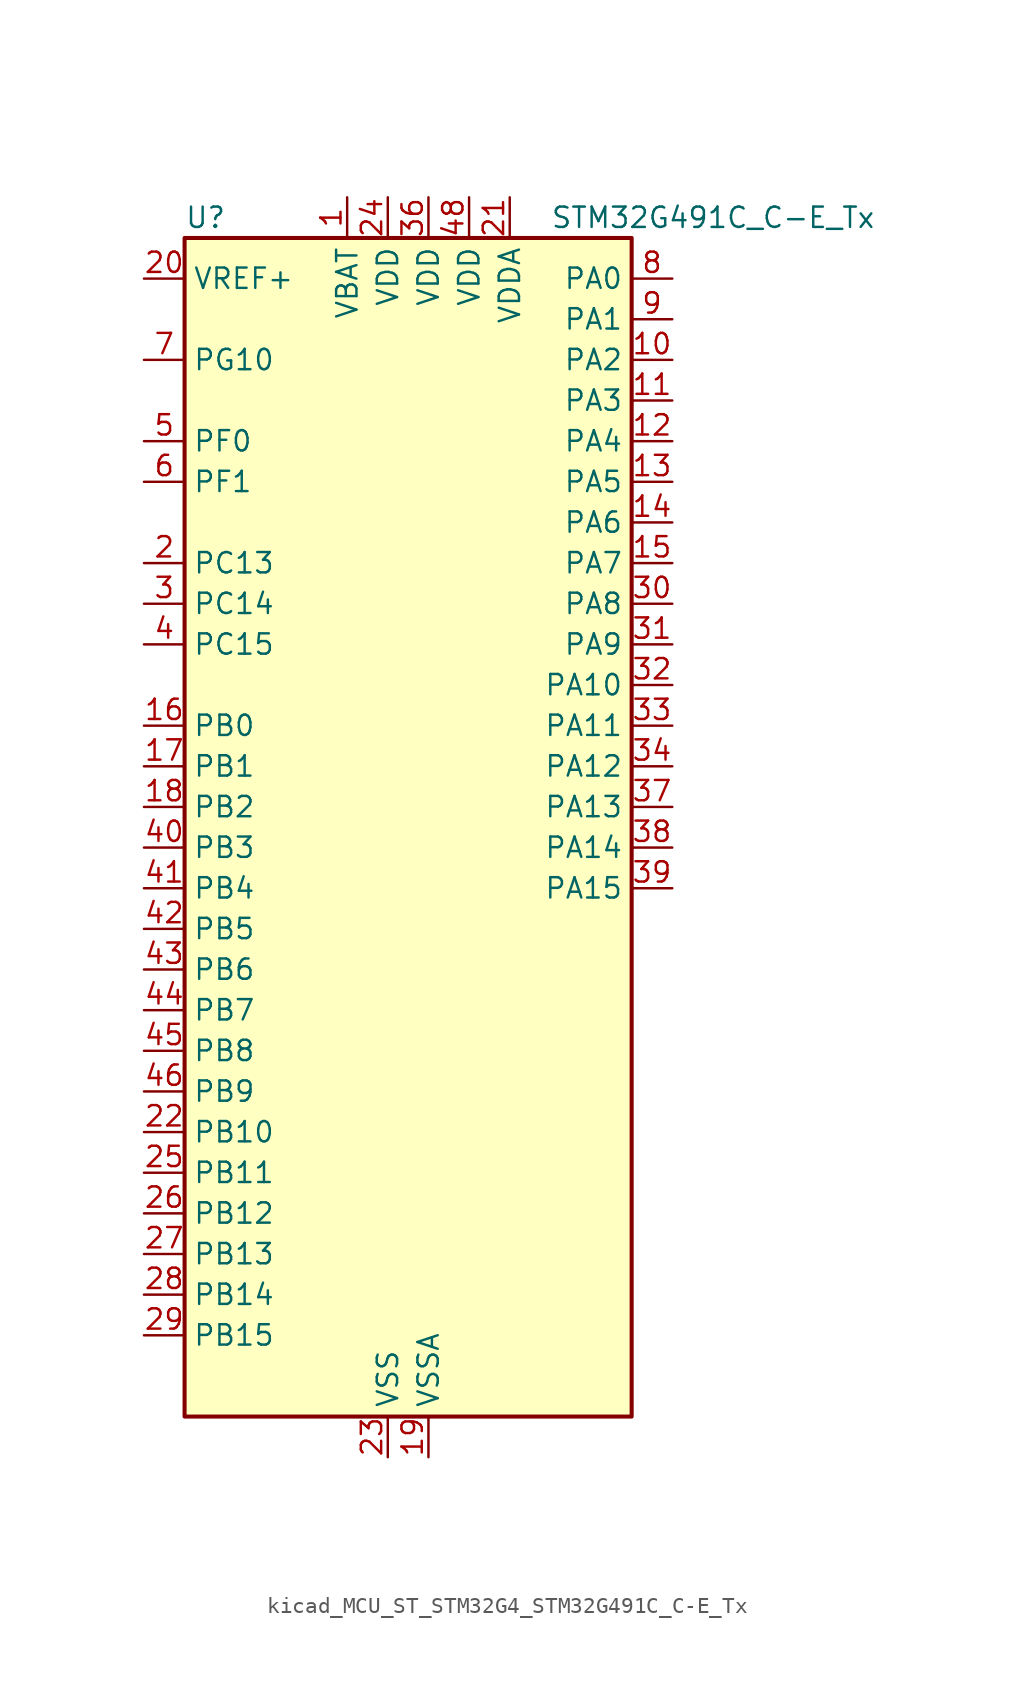
<source format=kicad_sym>
(kicad_symbol_lib
  (version 20220914)
  (generator kicad_symbol_editor)
  (symbol "kicad_MCU_ST_STM32G4_STM32G491C_C-E_Tx"
    (property "Reference" "U"
      (at -12.7 39.37 0)
      (effects (font (size 1.27 1.27)) (justify left)))
    (property "Value" "STM32G491C_C-E_Tx"
      (at 10.16 39.37 0)
      (effects (font (size 1.27 1.27)) (justify left)))
    (property "ki_locked" ""
      (at 0 0 0)
      (effects (font (size 1.27 1.27))))
    (symbol "kicad_MCU_ST_STM32G4_STM32G491C_C-E_Tx_0_1"
      (rectangle (start -12.7 -35.56) (end 15.24 38.1) (stroke (width 0.254) (type default)) (fill (type background))))
    (symbol "kicad_MCU_ST_STM32G4_STM32G491C_C-E_Tx_1_1"
      (pin power_in line (at -2.54 40.64 270) (length 2.54) (name "VBAT" (effects (font (size 1.27 1.27)))) (number "1" (effects (font (size 1.27 1.27)))))
      (pin bidirectional line (at 17.78 30.48 180) (length 2.54) (name "PA2" (effects (font (size 1.27 1.27)))) (number "10" (effects (font (size 1.27 1.27)))) (alternate "ADC1_IN3" bidirectional line) (alternate "ADC3_EXTI2" bidirectional line) (alternate "COMP2_INM" bidirectional line) (alternate "COMP2_OUT" bidirectional line) (alternate "LPUART1_TX" bidirectional line) (alternate "OPAMP1_VOUT" bidirectional line) (alternate "QUADSPI1_BK1_NCS" bidirectional line) (alternate "RCC_LSCO" bidirectional line) (alternate "SYS_WKUP4" bidirectional line) (alternate "TIM15_CH1" bidirectional line) (alternate "TIM2_CH3" bidirectional line) (alternate "UCPD1_FRSTX1" bidirectional line) (alternate "UCPD1_FRSTX2" bidirectional line) (alternate "USART2_TX" bidirectional line))
      (pin bidirectional line (at 17.78 27.94 180) (length 2.54) (name "PA3" (effects (font (size 1.27 1.27)))) (number "11" (effects (font (size 1.27 1.27)))) (alternate "ADC1_IN4" bidirectional line) (alternate "ADC3_EXTI3" bidirectional line) (alternate "COMP2_INP" bidirectional line) (alternate "LPUART1_RX" bidirectional line) (alternate "OPAMP1_VINM" bidirectional line) (alternate "OPAMP1_VINM0" bidirectional line) (alternate "OPAMP1_VINM_SEC" bidirectional line) (alternate "OPAMP1_VINP" bidirectional line) (alternate "OPAMP1_VINP_SEC" bidirectional line) (alternate "QUADSPI1_CLK" bidirectional line) (alternate "SAI1_CK1" bidirectional line) (alternate "SAI1_MCLK_A" bidirectional line) (alternate "TIM15_CH2" bidirectional line) (alternate "TIM2_CH4" bidirectional line) (alternate "USART2_RX" bidirectional line))
      (pin bidirectional line (at 17.78 25.4 180) (length 2.54) (name "PA4" (effects (font (size 1.27 1.27)))) (number "12" (effects (font (size 1.27 1.27)))) (alternate "ADC2_IN17" bidirectional line) (alternate "COMP1_INM" bidirectional line) (alternate "DAC1_OUT1" bidirectional line) (alternate "I2S3_WS" bidirectional line) (alternate "SAI1_FS_B" bidirectional line) (alternate "SPI1_NSS" bidirectional line) (alternate "SPI3_NSS" bidirectional line) (alternate "TIM3_CH2" bidirectional line) (alternate "USART2_CK" bidirectional line))
      (pin bidirectional line (at 17.78 22.86 180) (length 2.54) (name "PA5" (effects (font (size 1.27 1.27)))) (number "13" (effects (font (size 1.27 1.27)))) (alternate "ADC2_IN13" bidirectional line) (alternate "COMP2_INM" bidirectional line) (alternate "DAC1_OUT2" bidirectional line) (alternate "OPAMP2_VINM" bidirectional line) (alternate "OPAMP2_VINM0" bidirectional line) (alternate "OPAMP2_VINM_SEC" bidirectional line) (alternate "SPI1_SCK" bidirectional line) (alternate "TIM2_CH1" bidirectional line) (alternate "TIM2_ETR" bidirectional line) (alternate "UCPD1_FRSTX1" bidirectional line) (alternate "UCPD1_FRSTX2" bidirectional line))
      (pin bidirectional line (at 17.78 20.32 180) (length 2.54) (name "PA6" (effects (font (size 1.27 1.27)))) (number "14" (effects (font (size 1.27 1.27)))) (alternate "ADC2_IN3" bidirectional line) (alternate "COMP1_OUT" bidirectional line) (alternate "LPUART1_CTS" bidirectional line) (alternate "OPAMP2_VOUT" bidirectional line) (alternate "QUADSPI1_BK1_IO3" bidirectional line) (alternate "SPI1_MISO" bidirectional line) (alternate "TIM16_CH1" bidirectional line) (alternate "TIM1_BKIN" bidirectional line) (alternate "TIM3_CH1" bidirectional line) (alternate "TIM8_BKIN" bidirectional line))
      (pin bidirectional line (at 17.78 17.78 180) (length 2.54) (name "PA7" (effects (font (size 1.27 1.27)))) (number "15" (effects (font (size 1.27 1.27)))) (alternate "ADC2_IN4" bidirectional line) (alternate "COMP2_INP" bidirectional line) (alternate "COMP2_OUT" bidirectional line) (alternate "OPAMP1_VINP" bidirectional line) (alternate "OPAMP1_VINP_SEC" bidirectional line) (alternate "OPAMP2_VINP" bidirectional line) (alternate "OPAMP2_VINP_SEC" bidirectional line) (alternate "QUADSPI1_BK1_IO2" bidirectional line) (alternate "SPI1_MOSI" bidirectional line) (alternate "TIM17_CH1" bidirectional line) (alternate "TIM1_CH1N" bidirectional line) (alternate "TIM3_CH2" bidirectional line) (alternate "TIM8_CH1N" bidirectional line) (alternate "UCPD1_FRSTX1" bidirectional line) (alternate "UCPD1_FRSTX2" bidirectional line))
      (pin bidirectional line (at -15.24 7.62 0) (length 2.54) (name "PB0" (effects (font (size 1.27 1.27)))) (number "16" (effects (font (size 1.27 1.27)))) (alternate "ADC1_IN15" bidirectional line) (alternate "ADC3_IN12" bidirectional line) (alternate "COMP4_INP" bidirectional line) (alternate "OPAMP2_VINP" bidirectional line) (alternate "OPAMP2_VINP_SEC" bidirectional line) (alternate "OPAMP3_VINP" bidirectional line) (alternate "OPAMP3_VINP_SEC" bidirectional line) (alternate "QUADSPI1_BK1_IO1" bidirectional line) (alternate "TIM1_CH2N" bidirectional line) (alternate "TIM3_CH3" bidirectional line) (alternate "TIM8_CH2N" bidirectional line) (alternate "UCPD1_FRSTX1" bidirectional line) (alternate "UCPD1_FRSTX2" bidirectional line))
      (pin bidirectional line (at -15.24 5.08 0) (length 2.54) (name "PB1" (effects (font (size 1.27 1.27)))) (number "17" (effects (font (size 1.27 1.27)))) (alternate "ADC1_IN12" bidirectional line) (alternate "ADC3_IN1" bidirectional line) (alternate "COMP1_INP" bidirectional line) (alternate "COMP4_OUT" bidirectional line) (alternate "LPUART1_DE" bidirectional line) (alternate "LPUART1_RTS" bidirectional line) (alternate "OPAMP3_VOUT" bidirectional line) (alternate "OPAMP6_VINM" bidirectional line) (alternate "OPAMP6_VINM1" bidirectional line) (alternate "OPAMP6_VINM_SEC" bidirectional line) (alternate "QUADSPI1_BK1_IO0" bidirectional line) (alternate "TIM1_CH3N" bidirectional line) (alternate "TIM3_CH4" bidirectional line) (alternate "TIM8_CH3N" bidirectional line))
      (pin bidirectional line (at -15.24 2.54 0) (length 2.54) (name "PB2" (effects (font (size 1.27 1.27)))) (number "18" (effects (font (size 1.27 1.27)))) (alternate "ADC2_IN12" bidirectional line) (alternate "ADC3_EXTI2" bidirectional line) (alternate "COMP4_INM" bidirectional line) (alternate "I2C3_SMBA" bidirectional line) (alternate "LPTIM1_OUT" bidirectional line) (alternate "OPAMP3_VINM" bidirectional line) (alternate "OPAMP3_VINM0" bidirectional line) (alternate "OPAMP3_VINM_SEC" bidirectional line) (alternate "QUADSPI1_BK2_IO1" bidirectional line) (alternate "RTC_OUT2" bidirectional line) (alternate "TIM20_CH1" bidirectional line))
      (pin power_in line (at 2.54 -38.1 90) (length 2.54) (name "VSSA" (effects (font (size 1.27 1.27)))) (number "19" (effects (font (size 1.27 1.27)))))
      (pin bidirectional line (at -15.24 17.78 0) (length 2.54) (name "PC13" (effects (font (size 1.27 1.27)))) (number "2" (effects (font (size 1.27 1.27)))) (alternate "RTC_OUT1" bidirectional line) (alternate "RTC_TAMP1" bidirectional line) (alternate "RTC_TS" bidirectional line) (alternate "SYS_WKUP2" bidirectional line) (alternate "TIM1_BKIN" bidirectional line) (alternate "TIM1_CH1N" bidirectional line) (alternate "TIM8_CH4N" bidirectional line))
      (pin input line (at -15.24 35.56 0) (length 2.54) (name "VREF+" (effects (font (size 1.27 1.27)))) (number "20" (effects (font (size 1.27 1.27)))) (alternate "VREFBUF_OUT" bidirectional line))
      (pin power_in line (at 7.62 40.64 270) (length 2.54) (name "VDDA" (effects (font (size 1.27 1.27)))) (number "21" (effects (font (size 1.27 1.27)))))
      (pin bidirectional line (at -15.24 -17.78 0) (length 2.54) (name "PB10" (effects (font (size 1.27 1.27)))) (number "22" (effects (font (size 1.27 1.27)))) (alternate "DAC1_EXTI10" bidirectional line) (alternate "DAC3_EXTI10" bidirectional line) (alternate "LPUART1_RX" bidirectional line) (alternate "OPAMP3_VINM" bidirectional line) (alternate "OPAMP3_VINM1" bidirectional line) (alternate "OPAMP3_VINM_SEC" bidirectional line) (alternate "QUADSPI1_CLK" bidirectional line) (alternate "SAI1_SCK_A" bidirectional line) (alternate "TIM1_BKIN" bidirectional line) (alternate "TIM2_CH3" bidirectional line) (alternate "USART3_TX" bidirectional line))
      (pin power_in line (at 0 -38.1 90) (length 2.54) (name "VSS" (effects (font (size 1.27 1.27)))) (number "23" (effects (font (size 1.27 1.27)))))
      (pin power_in line (at 0 40.64 270) (length 2.54) (name "VDD" (effects (font (size 1.27 1.27)))) (number "24" (effects (font (size 1.27 1.27)))))
      (pin bidirectional line (at -15.24 -20.32 0) (length 2.54) (name "PB11" (effects (font (size 1.27 1.27)))) (number "25" (effects (font (size 1.27 1.27)))) (alternate "ADC1_EXTI11" bidirectional line) (alternate "ADC1_IN14" bidirectional line) (alternate "ADC2_EXTI11" bidirectional line) (alternate "ADC2_IN14" bidirectional line) (alternate "LPUART1_TX" bidirectional line) (alternate "OPAMP6_VOUT" bidirectional line) (alternate "QUADSPI1_BK1_NCS" bidirectional line) (alternate "TIM2_CH4" bidirectional line) (alternate "USART3_RX" bidirectional line))
      (pin bidirectional line (at -15.24 -22.86 0) (length 2.54) (name "PB12" (effects (font (size 1.27 1.27)))) (number "26" (effects (font (size 1.27 1.27)))) (alternate "ADC1_IN11" bidirectional line) (alternate "FDCAN2_RX" bidirectional line) (alternate "I2C2_SMBA" bidirectional line) (alternate "I2S2_WS" bidirectional line) (alternate "LPUART1_DE" bidirectional line) (alternate "LPUART1_RTS" bidirectional line) (alternate "OPAMP6_VINP" bidirectional line) (alternate "OPAMP6_VINP_SEC" bidirectional line) (alternate "SPI2_NSS" bidirectional line) (alternate "TIM1_BKIN" bidirectional line) (alternate "USART3_CK" bidirectional line))
      (pin bidirectional line (at -15.24 -25.4 0) (length 2.54) (name "PB13" (effects (font (size 1.27 1.27)))) (number "27" (effects (font (size 1.27 1.27)))) (alternate "ADC3_IN5" bidirectional line) (alternate "FDCAN2_TX" bidirectional line) (alternate "I2S2_CK" bidirectional line) (alternate "LPUART1_CTS" bidirectional line) (alternate "OPAMP3_VINP" bidirectional line) (alternate "OPAMP3_VINP_SEC" bidirectional line) (alternate "OPAMP6_VINP" bidirectional line) (alternate "OPAMP6_VINP_SEC" bidirectional line) (alternate "SPI2_SCK" bidirectional line) (alternate "TIM1_CH1N" bidirectional line) (alternate "USART3_CTS" bidirectional line) (alternate "USART3_NSS" bidirectional line))
      (pin bidirectional line (at -15.24 -27.94 0) (length 2.54) (name "PB14" (effects (font (size 1.27 1.27)))) (number "28" (effects (font (size 1.27 1.27)))) (alternate "ADC1_IN5" bidirectional line) (alternate "COMP4_OUT" bidirectional line) (alternate "OPAMP2_VINP" bidirectional line) (alternate "OPAMP2_VINP_SEC" bidirectional line) (alternate "SPI2_MISO" bidirectional line) (alternate "TIM15_CH1" bidirectional line) (alternate "TIM1_CH2N" bidirectional line) (alternate "USART3_DE" bidirectional line) (alternate "USART3_RTS" bidirectional line))
      (pin bidirectional line (at -15.24 -30.48 0) (length 2.54) (name "PB15" (effects (font (size 1.27 1.27)))) (number "29" (effects (font (size 1.27 1.27)))) (alternate "ADC1_EXTI15" bidirectional line) (alternate "ADC2_EXTI15" bidirectional line) (alternate "ADC2_IN15" bidirectional line) (alternate "COMP3_OUT" bidirectional line) (alternate "I2S2_SD" bidirectional line) (alternate "RTC_REFIN" bidirectional line) (alternate "SPI2_MOSI" bidirectional line) (alternate "TIM15_CH1N" bidirectional line) (alternate "TIM15_CH2" bidirectional line) (alternate "TIM1_CH3N" bidirectional line))
      (pin bidirectional line (at -15.24 15.24 0) (length 2.54) (name "PC14" (effects (font (size 1.27 1.27)))) (number "3" (effects (font (size 1.27 1.27)))) (alternate "RCC_OSC32_IN" bidirectional line))
      (pin bidirectional line (at 17.78 15.24 180) (length 2.54) (name "PA8" (effects (font (size 1.27 1.27)))) (number "30" (effects (font (size 1.27 1.27)))) (alternate "I2C2_SDA" bidirectional line) (alternate "I2C3_SCL" bidirectional line) (alternate "I2S2_MCK" bidirectional line) (alternate "RCC_MCO" bidirectional line) (alternate "SAI1_CK2" bidirectional line) (alternate "SAI1_SCK_A" bidirectional line) (alternate "TIM1_CH1" bidirectional line) (alternate "TIM4_ETR" bidirectional line) (alternate "USART1_CK" bidirectional line))
      (pin bidirectional line (at 17.78 12.7 180) (length 2.54) (name "PA9" (effects (font (size 1.27 1.27)))) (number "31" (effects (font (size 1.27 1.27)))) (alternate "DAC1_EXTI9" bidirectional line) (alternate "DAC3_EXTI9" bidirectional line) (alternate "I2C2_SCL" bidirectional line) (alternate "I2C3_SMBA" bidirectional line) (alternate "I2S3_MCK" bidirectional line) (alternate "SAI1_FS_A" bidirectional line) (alternate "TIM15_BKIN" bidirectional line) (alternate "TIM1_CH2" bidirectional line) (alternate "TIM2_CH3" bidirectional line) (alternate "UCPD1_DBCC1" bidirectional line) (alternate "USART1_TX" bidirectional line))
      (pin bidirectional line (at 17.78 10.16 180) (length 2.54) (name "PA10" (effects (font (size 1.27 1.27)))) (number "32" (effects (font (size 1.27 1.27)))) (alternate "CRS_SYNC" bidirectional line) (alternate "DAC1_EXTI10" bidirectional line) (alternate "DAC3_EXTI10" bidirectional line) (alternate "I2C2_SMBA" bidirectional line) (alternate "SAI1_D1" bidirectional line) (alternate "SAI1_SD_A" bidirectional line) (alternate "SPI2_MISO" bidirectional line) (alternate "TIM17_BKIN" bidirectional line) (alternate "TIM1_CH3" bidirectional line) (alternate "TIM2_CH4" bidirectional line) (alternate "TIM8_BKIN" bidirectional line) (alternate "UCPD1_DBCC2" bidirectional line) (alternate "USART1_RX" bidirectional line))
      (pin bidirectional line (at 17.78 7.62 180) (length 2.54) (name "PA11" (effects (font (size 1.27 1.27)))) (number "33" (effects (font (size 1.27 1.27)))) (alternate "ADC1_EXTI11" bidirectional line) (alternate "ADC2_EXTI11" bidirectional line) (alternate "COMP1_OUT" bidirectional line) (alternate "FDCAN1_RX" bidirectional line) (alternate "I2S2_SD" bidirectional line) (alternate "SPI2_MOSI" bidirectional line) (alternate "TIM1_BKIN2" bidirectional line) (alternate "TIM1_CH1N" bidirectional line) (alternate "TIM1_CH4" bidirectional line) (alternate "TIM4_CH1" bidirectional line) (alternate "USART1_CTS" bidirectional line) (alternate "USART1_NSS" bidirectional line) (alternate "USB_DM" bidirectional line))
      (pin bidirectional line (at 17.78 5.08 180) (length 2.54) (name "PA12" (effects (font (size 1.27 1.27)))) (number "34" (effects (font (size 1.27 1.27)))) (alternate "COMP2_OUT" bidirectional line) (alternate "FDCAN1_TX" bidirectional line) (alternate "I2S_CKIN" bidirectional line) (alternate "TIM16_CH1" bidirectional line) (alternate "TIM1_CH2N" bidirectional line) (alternate "TIM1_ETR" bidirectional line) (alternate "TIM4_CH2" bidirectional line) (alternate "USART1_DE" bidirectional line) (alternate "USART1_RTS" bidirectional line) (alternate "USB_DP" bidirectional line))
      (pin passive line (at 0 -38.1 90) (length 2.54) hide (name "VSS" (effects (font (size 1.27 1.27)))) (number "35" (effects (font (size 1.27 1.27)))))
      (pin power_in line (at 2.54 40.64 270) (length 2.54) (name "VDD" (effects (font (size 1.27 1.27)))) (number "36" (effects (font (size 1.27 1.27)))))
      (pin bidirectional line (at 17.78 2.54 180) (length 2.54) (name "PA13" (effects (font (size 1.27 1.27)))) (number "37" (effects (font (size 1.27 1.27)))) (alternate "I2C1_SCL" bidirectional line) (alternate "IR_OUT" bidirectional line) (alternate "SAI1_SD_B" bidirectional line) (alternate "SYS_JTMS-SWDIO" bidirectional line) (alternate "TIM16_CH1N" bidirectional line) (alternate "TIM4_CH3" bidirectional line) (alternate "USART3_CTS" bidirectional line) (alternate "USART3_NSS" bidirectional line))
      (pin bidirectional line (at 17.78 0 180) (length 2.54) (name "PA14" (effects (font (size 1.27 1.27)))) (number "38" (effects (font (size 1.27 1.27)))) (alternate "I2C1_SDA" bidirectional line) (alternate "LPTIM1_OUT" bidirectional line) (alternate "SAI1_FS_B" bidirectional line) (alternate "SYS_JTCK-SWCLK" bidirectional line) (alternate "TIM1_BKIN" bidirectional line) (alternate "TIM8_CH2" bidirectional line) (alternate "USART2_TX" bidirectional line))
      (pin bidirectional line (at 17.78 -2.54 180) (length 2.54) (name "PA15" (effects (font (size 1.27 1.27)))) (number "39" (effects (font (size 1.27 1.27)))) (alternate "ADC1_EXTI15" bidirectional line) (alternate "ADC2_EXTI15" bidirectional line) (alternate "I2C1_SCL" bidirectional line) (alternate "I2S3_WS" bidirectional line) (alternate "SPI1_NSS" bidirectional line) (alternate "SPI3_NSS" bidirectional line) (alternate "SYS_JTDI" bidirectional line) (alternate "TIM1_BKIN" bidirectional line) (alternate "TIM20_ETR" bidirectional line) (alternate "TIM2_CH1" bidirectional line) (alternate "TIM2_ETR" bidirectional line) (alternate "TIM8_CH1" bidirectional line) (alternate "USART2_RX" bidirectional line))
      (pin bidirectional line (at -15.24 12.7 0) (length 2.54) (name "PC15" (effects (font (size 1.27 1.27)))) (number "4" (effects (font (size 1.27 1.27)))) (alternate "ADC1_EXTI15" bidirectional line) (alternate "ADC2_EXTI15" bidirectional line) (alternate "RCC_OSC32_OUT" bidirectional line))
      (pin bidirectional line (at -15.24 0 0) (length 2.54) (name "PB3" (effects (font (size 1.27 1.27)))) (number "40" (effects (font (size 1.27 1.27)))) (alternate "ADC3_EXTI3" bidirectional line) (alternate "CRS_SYNC" bidirectional line) (alternate "I2S3_CK" bidirectional line) (alternate "SAI1_SCK_B" bidirectional line) (alternate "SPI1_SCK" bidirectional line) (alternate "SPI3_SCK" bidirectional line) (alternate "SYS_JTDO-SWO" bidirectional line) (alternate "TIM2_CH2" bidirectional line) (alternate "TIM3_ETR" bidirectional line) (alternate "TIM4_ETR" bidirectional line) (alternate "TIM8_CH1N" bidirectional line) (alternate "USART2_TX" bidirectional line))
      (pin bidirectional line (at -15.24 -2.54 0) (length 2.54) (name "PB4" (effects (font (size 1.27 1.27)))) (number "41" (effects (font (size 1.27 1.27)))) (alternate "SAI1_MCLK_B" bidirectional line) (alternate "SPI1_MISO" bidirectional line) (alternate "SPI3_MISO" bidirectional line) (alternate "SYS_JTRST" bidirectional line) (alternate "TIM16_CH1" bidirectional line) (alternate "TIM17_BKIN" bidirectional line) (alternate "TIM3_CH1" bidirectional line) (alternate "TIM8_CH2N" bidirectional line) (alternate "UCPD1_CC2" bidirectional line) (alternate "USART2_RX" bidirectional line))
      (pin bidirectional line (at -15.24 -5.08 0) (length 2.54) (name "PB5" (effects (font (size 1.27 1.27)))) (number "42" (effects (font (size 1.27 1.27)))) (alternate "FDCAN2_RX" bidirectional line) (alternate "I2C1_SMBA" bidirectional line) (alternate "I2C3_SDA" bidirectional line) (alternate "I2S3_SD" bidirectional line) (alternate "LPTIM1_IN1" bidirectional line) (alternate "SAI1_SD_B" bidirectional line) (alternate "SPI1_MOSI" bidirectional line) (alternate "SPI3_MOSI" bidirectional line) (alternate "TIM16_BKIN" bidirectional line) (alternate "TIM17_CH1" bidirectional line) (alternate "TIM3_CH2" bidirectional line) (alternate "TIM8_CH3N" bidirectional line) (alternate "USART2_CK" bidirectional line))
      (pin bidirectional line (at -15.24 -7.62 0) (length 2.54) (name "PB6" (effects (font (size 1.27 1.27)))) (number "43" (effects (font (size 1.27 1.27)))) (alternate "COMP4_OUT" bidirectional line) (alternate "FDCAN2_TX" bidirectional line) (alternate "LPTIM1_ETR" bidirectional line) (alternate "SAI1_FS_B" bidirectional line) (alternate "TIM16_CH1N" bidirectional line) (alternate "TIM4_CH1" bidirectional line) (alternate "TIM8_BKIN2" bidirectional line) (alternate "TIM8_CH1" bidirectional line) (alternate "TIM8_ETR" bidirectional line) (alternate "UCPD1_CC1" bidirectional line) (alternate "USART1_TX" bidirectional line))
      (pin bidirectional line (at -15.24 -10.16 0) (length 2.54) (name "PB7" (effects (font (size 1.27 1.27)))) (number "44" (effects (font (size 1.27 1.27)))) (alternate "COMP3_OUT" bidirectional line) (alternate "I2C1_SDA" bidirectional line) (alternate "LPTIM1_IN2" bidirectional line) (alternate "SYS_PVD_IN" bidirectional line) (alternate "TIM17_CH1N" bidirectional line) (alternate "TIM3_CH4" bidirectional line) (alternate "TIM4_CH2" bidirectional line) (alternate "TIM8_BKIN" bidirectional line) (alternate "USART1_RX" bidirectional line))
      (pin bidirectional line (at -15.24 -12.7 0) (length 2.54) (name "PB8" (effects (font (size 1.27 1.27)))) (number "45" (effects (font (size 1.27 1.27)))) (alternate "COMP1_OUT" bidirectional line) (alternate "FDCAN1_RX" bidirectional line) (alternate "I2C1_SCL" bidirectional line) (alternate "SAI1_CK1" bidirectional line) (alternate "SAI1_MCLK_A" bidirectional line) (alternate "TIM16_CH1" bidirectional line) (alternate "TIM1_BKIN" bidirectional line) (alternate "TIM4_CH3" bidirectional line) (alternate "TIM8_CH2" bidirectional line) (alternate "USART3_RX" bidirectional line))
      (pin bidirectional line (at -15.24 -15.24 0) (length 2.54) (name "PB9" (effects (font (size 1.27 1.27)))) (number "46" (effects (font (size 1.27 1.27)))) (alternate "COMP2_OUT" bidirectional line) (alternate "DAC1_EXTI9" bidirectional line) (alternate "DAC3_EXTI9" bidirectional line) (alternate "FDCAN1_TX" bidirectional line) (alternate "I2C1_SDA" bidirectional line) (alternate "IR_OUT" bidirectional line) (alternate "SAI1_D2" bidirectional line) (alternate "SAI1_FS_A" bidirectional line) (alternate "TIM17_CH1" bidirectional line) (alternate "TIM1_CH3N" bidirectional line) (alternate "TIM4_CH4" bidirectional line) (alternate "TIM8_CH3" bidirectional line) (alternate "USART3_TX" bidirectional line))
      (pin passive line (at 0 -38.1 90) (length 2.54) hide (name "VSS" (effects (font (size 1.27 1.27)))) (number "47" (effects (font (size 1.27 1.27)))))
      (pin power_in line (at 5.08 40.64 270) (length 2.54) (name "VDD" (effects (font (size 1.27 1.27)))) (number "48" (effects (font (size 1.27 1.27)))))
      (pin bidirectional line (at -15.24 25.4 0) (length 2.54) (name "PF0" (effects (font (size 1.27 1.27)))) (number "5" (effects (font (size 1.27 1.27)))) (alternate "ADC1_IN10" bidirectional line) (alternate "I2C2_SDA" bidirectional line) (alternate "I2S2_WS" bidirectional line) (alternate "RCC_OSC_IN" bidirectional line) (alternate "SPI2_NSS" bidirectional line) (alternate "TIM1_CH3N" bidirectional line))
      (pin bidirectional line (at -15.24 22.86 0) (length 2.54) (name "PF1" (effects (font (size 1.27 1.27)))) (number "6" (effects (font (size 1.27 1.27)))) (alternate "ADC2_IN10" bidirectional line) (alternate "COMP3_INM" bidirectional line) (alternate "I2S2_CK" bidirectional line) (alternate "RCC_OSC_OUT" bidirectional line) (alternate "SPI2_SCK" bidirectional line))
      (pin bidirectional line (at -15.24 30.48 0) (length 2.54) (name "PG10" (effects (font (size 1.27 1.27)))) (number "7" (effects (font (size 1.27 1.27)))) (alternate "DAC1_EXTI10" bidirectional line) (alternate "DAC3_EXTI10" bidirectional line) (alternate "RCC_MCO" bidirectional line))
      (pin bidirectional line (at 17.78 35.56 180) (length 2.54) (name "PA0" (effects (font (size 1.27 1.27)))) (number "8" (effects (font (size 1.27 1.27)))) (alternate "ADC1_IN1" bidirectional line) (alternate "ADC2_IN1" bidirectional line) (alternate "COMP1_INM" bidirectional line) (alternate "COMP1_OUT" bidirectional line) (alternate "COMP3_INP" bidirectional line) (alternate "RTC_TAMP2" bidirectional line) (alternate "SYS_WKUP1" bidirectional line) (alternate "TIM2_CH1" bidirectional line) (alternate "TIM2_ETR" bidirectional line) (alternate "TIM8_BKIN" bidirectional line) (alternate "TIM8_ETR" bidirectional line) (alternate "USART2_CTS" bidirectional line) (alternate "USART2_NSS" bidirectional line))
      (pin bidirectional line (at 17.78 33.02 180) (length 2.54) (name "PA1" (effects (font (size 1.27 1.27)))) (number "9" (effects (font (size 1.27 1.27)))) (alternate "ADC1_IN2" bidirectional line) (alternate "ADC2_IN2" bidirectional line) (alternate "COMP1_INP" bidirectional line) (alternate "OPAMP1_VINP" bidirectional line) (alternate "OPAMP1_VINP_SEC" bidirectional line) (alternate "OPAMP3_VINP" bidirectional line) (alternate "OPAMP3_VINP_SEC" bidirectional line) (alternate "OPAMP6_VINM" bidirectional line) (alternate "OPAMP6_VINM0" bidirectional line) (alternate "OPAMP6_VINM_SEC" bidirectional line) (alternate "RTC_REFIN" bidirectional line) (alternate "TIM15_CH1N" bidirectional line) (alternate "TIM2_CH2" bidirectional line) (alternate "USART2_DE" bidirectional line) (alternate "USART2_RTS" bidirectional line)))))
</source>
